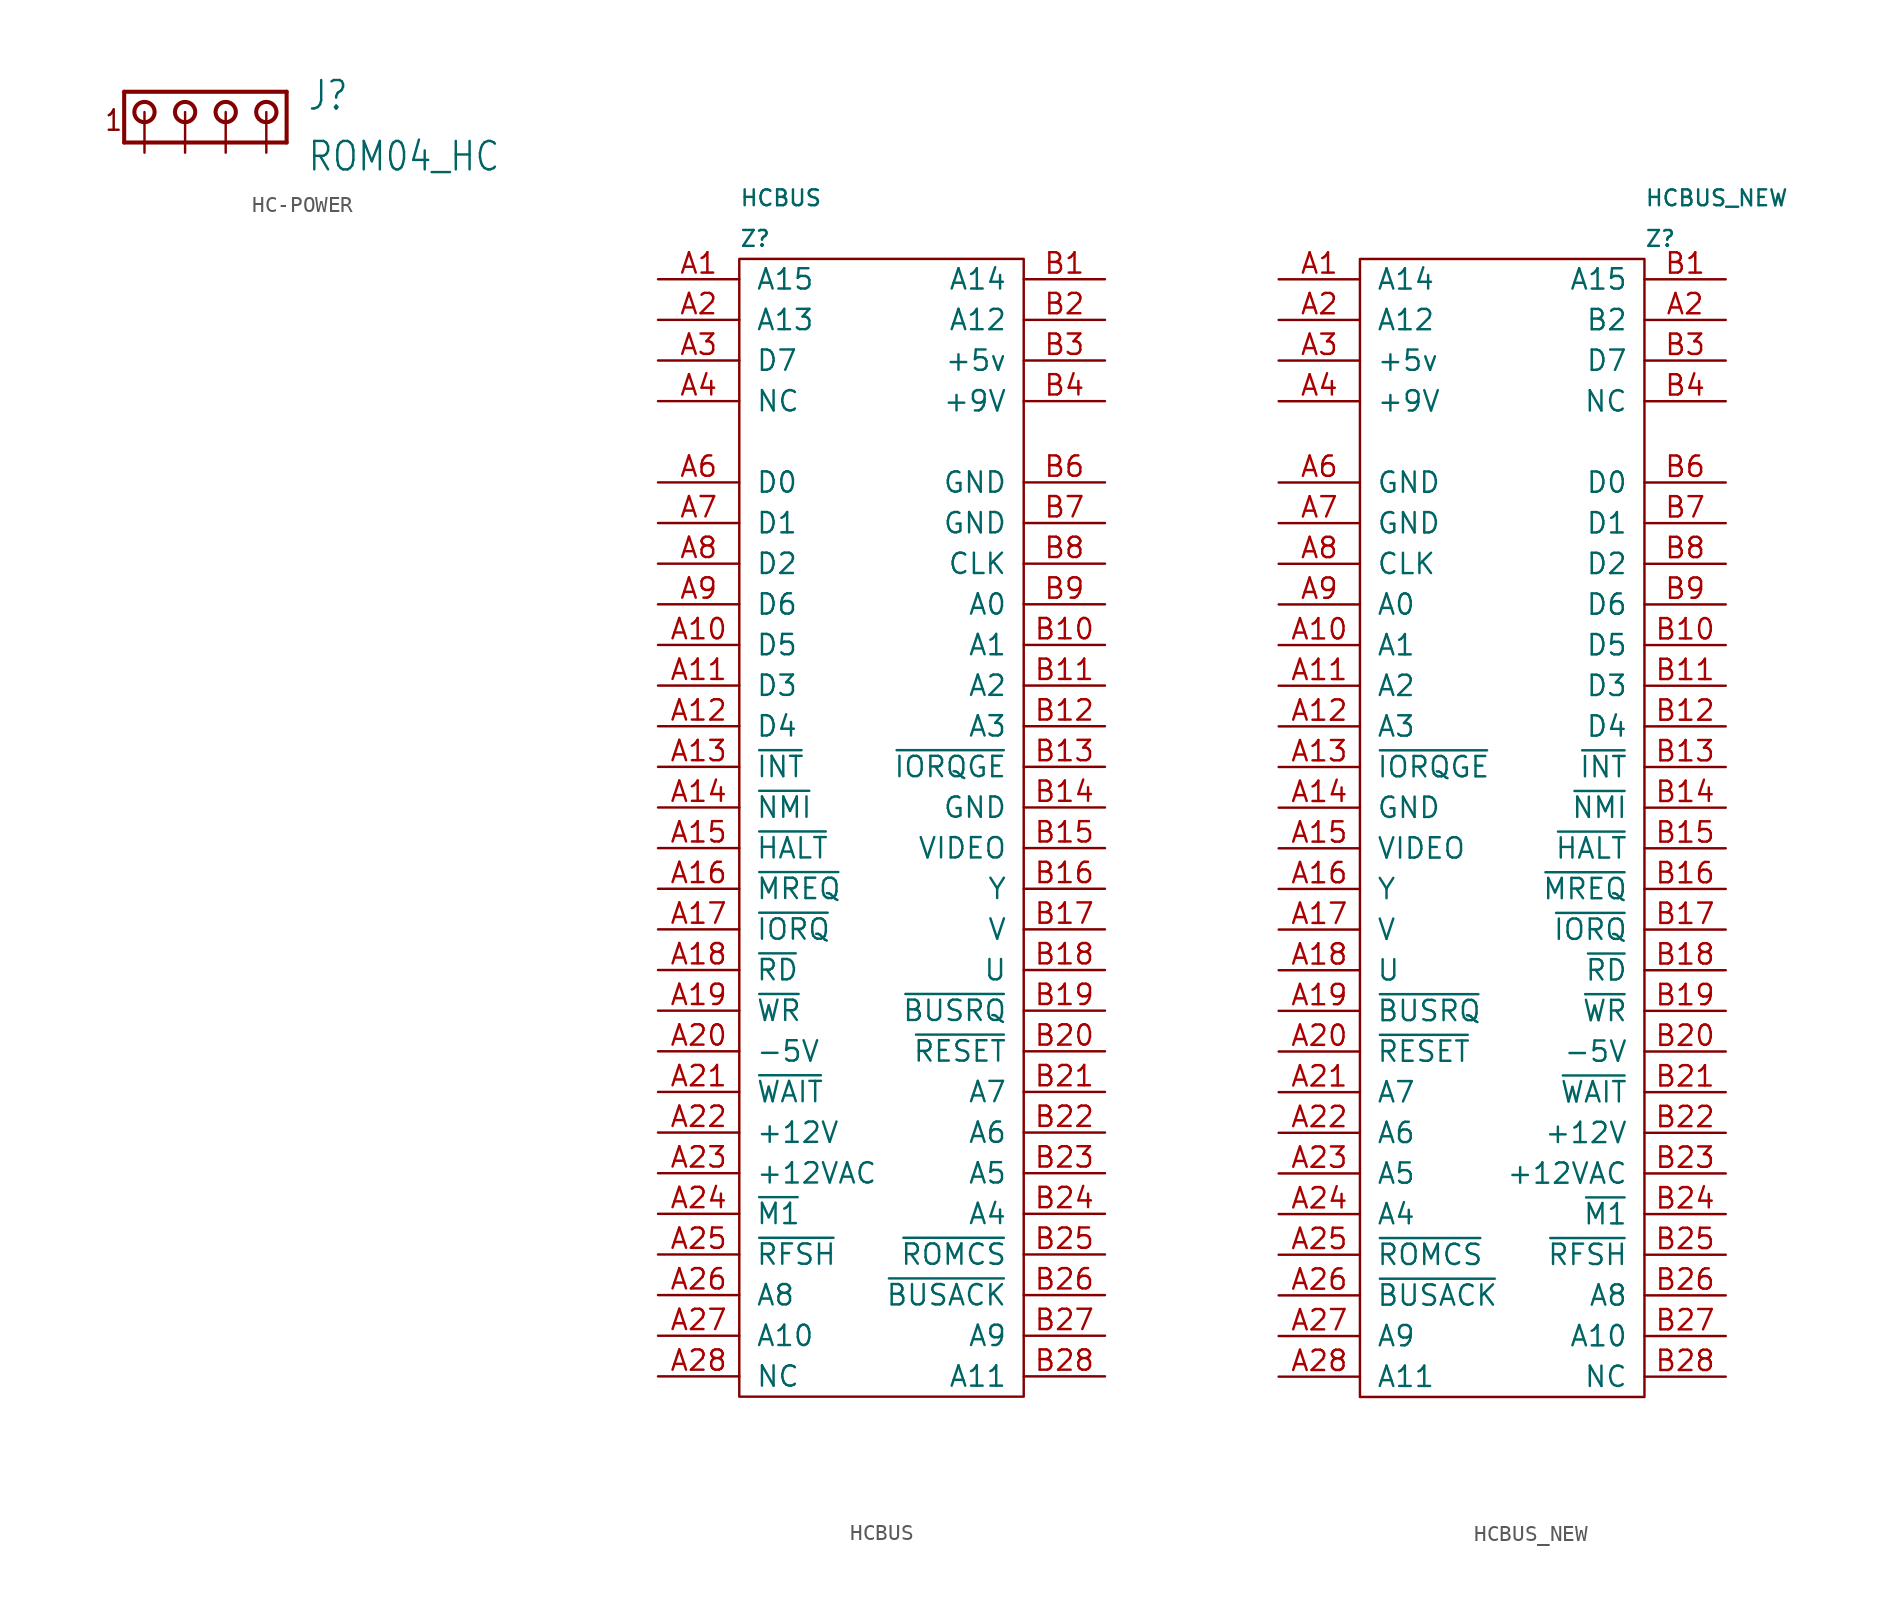
<source format=kicad_sym>
(kicad_symbol_lib
  (version 20220914)
  (generator kicad_symbol_editor)
  (symbol "HC-POWER"
    (property "Reference" "J"
      (at 7.62 0 0)
      (effects (font (size 1.778 1.511)) (justify left bottom)))
    (property "Value" "ROM04_HC"
      (at 7.62 -3.81 0)
      (effects (font (size 1.778 1.511)) (justify left bottom)))
    (symbol "HC-POWER_1_0"
      (circle (center -2.54 0) (radius 0.635) (stroke (width 0.254) (type default)) (fill (type none)))
      (polyline (pts (xy -3.81 1.27) (xy -3.81 -1.905)) (stroke (width 0.254) (type default)) (fill (type none)))
      (polyline (pts (xy -3.81 1.27) (xy 6.35 1.27)) (stroke (width 0.254) (type default)) (fill (type none)))
      (polyline (pts (xy 6.35 -1.905) (xy -3.81 -1.905)) (stroke (width 0.254) (type default)) (fill (type none)))
      (polyline (pts (xy 6.35 -1.905) (xy 6.35 1.27)) (stroke (width 0.254) (type default)) (fill (type none)))
      (circle (center 0 0) (radius 0.635) (stroke (width 0.254) (type default)) (fill (type none)))
      (circle (center 2.54 0) (radius 0.635) (stroke (width 0.254) (type default)) (fill (type none)))
      (circle (center 5.08 0) (radius 0.635) (stroke (width 0.254) (type default)) (fill (type none)))
      (text "1" (at -5.08 -1.27 0) (effects (font (size 1.27 1.079)) (justify left bottom)))
      (pin passive line (at -2.54 -2.54 90) (length 2.54) (name "1" (effects (font (size 0 0)))) (number "1" (effects (font (size 0 0)))))
      (pin passive line (at 0 -2.54 90) (length 2.54) (name "2" (effects (font (size 0 0)))) (number "2" (effects (font (size 0 0)))))
      (pin passive line (at 2.54 -2.54 90) (length 2.54) (name "3" (effects (font (size 0 0)))) (number "3" (effects (font (size 0 0)))))
      (pin passive line (at 5.08 -2.54 90) (length 2.54) (name "4" (effects (font (size 0 0)))) (number "4" (effects (font (size 0 0)))))))
  (symbol "HCBUS"
    (pin_names
      (offset 1.016))
    (property "Reference" "Z"
      (at 0 83.82 0)
      (effects (font (size 0.991 0.991)) (justify left)))
    (property "Value" "HCBUS"
      (at 0 86.36 0)
      (effects (font (size 0.991 0.991)) (justify left)))
    (symbol "HCBUS_0_0"
      (rectangle (start 0 82.55) (end 17.78 11.43) (stroke (width 0) (type default)) (fill (type none))))
    (symbol "HCBUS_1_1"
      (pin input line (at -5.08 81.28 0) (length 5.08) (name "A15" (effects (font (size 1.27 1.27)))) (number "A1" (effects (font (size 1.27 1.27)))))
      (pin input line (at -5.08 58.42 0) (length 5.08) (name "D5" (effects (font (size 1.27 1.27)))) (number "A10" (effects (font (size 1.27 1.27)))))
      (pin input line (at -5.08 55.88 0) (length 5.08) (name "D3" (effects (font (size 1.27 1.27)))) (number "A11" (effects (font (size 1.27 1.27)))))
      (pin input line (at -5.08 53.34 0) (length 5.08) (name "D4" (effects (font (size 1.27 1.27)))) (number "A12" (effects (font (size 1.27 1.27)))))
      (pin input line (at -5.08 50.8 0) (length 5.08) (name "~{INT}" (effects (font (size 1.27 1.27)))) (number "A13" (effects (font (size 1.27 1.27)))))
      (pin input line (at -5.08 48.26 0) (length 5.08) (name "~{NMI}" (effects (font (size 1.27 1.27)))) (number "A14" (effects (font (size 1.27 1.27)))))
      (pin input line (at -5.08 45.72 0) (length 5.08) (name "~{HALT}" (effects (font (size 1.27 1.27)))) (number "A15" (effects (font (size 1.27 1.27)))))
      (pin input line (at -5.08 43.18 0) (length 5.08) (name "~{MREQ}" (effects (font (size 1.27 1.27)))) (number "A16" (effects (font (size 1.27 1.27)))))
      (pin input line (at -5.08 40.64 0) (length 5.08) (name "~{IORQ}" (effects (font (size 1.27 1.27)))) (number "A17" (effects (font (size 1.27 1.27)))))
      (pin input line (at -5.08 38.1 0) (length 5.08) (name "~{RD}" (effects (font (size 1.27 1.27)))) (number "A18" (effects (font (size 1.27 1.27)))))
      (pin input line (at -5.08 35.56 0) (length 5.08) (name "~{WR}" (effects (font (size 1.27 1.27)))) (number "A19" (effects (font (size 1.27 1.27)))))
      (pin input line (at -5.08 78.74 0) (length 5.08) (name "A13" (effects (font (size 1.27 1.27)))) (number "A2" (effects (font (size 1.27 1.27)))))
      (pin input line (at -5.08 33.02 0) (length 5.08) (name "-5V" (effects (font (size 1.27 1.27)))) (number "A20" (effects (font (size 1.27 1.27)))))
      (pin input line (at -5.08 30.48 0) (length 5.08) (name "~{WAIT}" (effects (font (size 1.27 1.27)))) (number "A21" (effects (font (size 1.27 1.27)))))
      (pin input line (at -5.08 27.94 0) (length 5.08) (name "+12V" (effects (font (size 1.27 1.27)))) (number "A22" (effects (font (size 1.27 1.27)))))
      (pin input line (at -5.08 25.4 0) (length 5.08) (name "+12VAC" (effects (font (size 1.27 1.27)))) (number "A23" (effects (font (size 1.27 1.27)))))
      (pin input line (at -5.08 22.86 0) (length 5.08) (name "~{M1}" (effects (font (size 1.27 1.27)))) (number "A24" (effects (font (size 1.27 1.27)))))
      (pin input line (at -5.08 20.32 0) (length 5.08) (name "~{RFSH}" (effects (font (size 1.27 1.27)))) (number "A25" (effects (font (size 1.27 1.27)))))
      (pin input line (at -5.08 17.78 0) (length 5.08) (name "A8" (effects (font (size 1.27 1.27)))) (number "A26" (effects (font (size 1.27 1.27)))))
      (pin input line (at -5.08 15.24 0) (length 5.08) (name "A10" (effects (font (size 1.27 1.27)))) (number "A27" (effects (font (size 1.27 1.27)))))
      (pin input line (at -5.08 12.7 0) (length 5.08) (name "NC" (effects (font (size 1.27 1.27)))) (number "A28" (effects (font (size 1.27 1.27)))))
      (pin input line (at -5.08 76.2 0) (length 5.08) (name "D7" (effects (font (size 1.27 1.27)))) (number "A3" (effects (font (size 1.27 1.27)))))
      (pin input line (at -5.08 73.66 0) (length 5.08) (name "NC" (effects (font (size 1.27 1.27)))) (number "A4" (effects (font (size 1.27 1.27)))))
      (pin input line (at -5.08 68.58 0) (length 5.08) (name "D0" (effects (font (size 1.27 1.27)))) (number "A6" (effects (font (size 1.27 1.27)))))
      (pin input line (at -5.08 66.04 0) (length 5.08) (name "D1" (effects (font (size 1.27 1.27)))) (number "A7" (effects (font (size 1.27 1.27)))))
      (pin input line (at -5.08 63.5 0) (length 5.08) (name "D2" (effects (font (size 1.27 1.27)))) (number "A8" (effects (font (size 1.27 1.27)))))
      (pin input line (at -5.08 60.96 0) (length 5.08) (name "D6" (effects (font (size 1.27 1.27)))) (number "A9" (effects (font (size 1.27 1.27)))))
      (pin input line (at 22.86 81.28 180) (length 5.08) (name "A14" (effects (font (size 1.27 1.27)))) (number "B1" (effects (font (size 1.27 1.27)))))
      (pin input line (at 22.86 58.42 180) (length 5.08) (name "A1" (effects (font (size 1.27 1.27)))) (number "B10" (effects (font (size 1.27 1.27)))))
      (pin input line (at 22.86 55.88 180) (length 5.08) (name "A2" (effects (font (size 1.27 1.27)))) (number "B11" (effects (font (size 1.27 1.27)))))
      (pin input line (at 22.86 53.34 180) (length 5.08) (name "A3" (effects (font (size 1.27 1.27)))) (number "B12" (effects (font (size 1.27 1.27)))))
      (pin input line (at 22.86 50.8 180) (length 5.08) (name "~{IORQGE}" (effects (font (size 1.27 1.27)))) (number "B13" (effects (font (size 1.27 1.27)))))
      (pin input line (at 22.86 48.26 180) (length 5.08) (name "GND" (effects (font (size 1.27 1.27)))) (number "B14" (effects (font (size 1.27 1.27)))))
      (pin input line (at 22.86 45.72 180) (length 5.08) (name "VIDEO" (effects (font (size 1.27 1.27)))) (number "B15" (effects (font (size 1.27 1.27)))))
      (pin input line (at 22.86 43.18 180) (length 5.08) (name "Y" (effects (font (size 1.27 1.27)))) (number "B16" (effects (font (size 1.27 1.27)))))
      (pin input line (at 22.86 40.64 180) (length 5.08) (name "V" (effects (font (size 1.27 1.27)))) (number "B17" (effects (font (size 1.27 1.27)))))
      (pin input line (at 22.86 38.1 180) (length 5.08) (name "U" (effects (font (size 1.27 1.27)))) (number "B18" (effects (font (size 1.27 1.27)))))
      (pin input line (at 22.86 35.56 180) (length 5.08) (name "~{BUSRQ}" (effects (font (size 1.27 1.27)))) (number "B19" (effects (font (size 1.27 1.27)))))
      (pin input line (at 22.86 78.74 180) (length 5.08) (name "A12" (effects (font (size 1.27 1.27)))) (number "B2" (effects (font (size 1.27 1.27)))))
      (pin input line (at 22.86 33.02 180) (length 5.08) (name "~{RESET}" (effects (font (size 1.27 1.27)))) (number "B20" (effects (font (size 1.27 1.27)))))
      (pin input line (at 22.86 30.48 180) (length 5.08) (name "A7" (effects (font (size 1.27 1.27)))) (number "B21" (effects (font (size 1.27 1.27)))))
      (pin input line (at 22.86 27.94 180) (length 5.08) (name "A6" (effects (font (size 1.27 1.27)))) (number "B22" (effects (font (size 1.27 1.27)))))
      (pin input line (at 22.86 25.4 180) (length 5.08) (name "A5" (effects (font (size 1.27 1.27)))) (number "B23" (effects (font (size 1.27 1.27)))))
      (pin input line (at 22.86 22.86 180) (length 5.08) (name "A4" (effects (font (size 1.27 1.27)))) (number "B24" (effects (font (size 1.27 1.27)))))
      (pin input line (at 22.86 20.32 180) (length 5.08) (name "~{ROMCS}" (effects (font (size 1.27 1.27)))) (number "B25" (effects (font (size 1.27 1.27)))))
      (pin input line (at 22.86 17.78 180) (length 5.08) (name "~{BUSACK}" (effects (font (size 1.27 1.27)))) (number "B26" (effects (font (size 1.27 1.27)))))
      (pin input line (at 22.86 15.24 180) (length 5.08) (name "A9" (effects (font (size 1.27 1.27)))) (number "B27" (effects (font (size 1.27 1.27)))))
      (pin input line (at 22.86 12.7 180) (length 5.08) (name "A11" (effects (font (size 1.27 1.27)))) (number "B28" (effects (font (size 1.27 1.27)))))
      (pin input line (at 22.86 76.2 180) (length 5.08) (name "+5v" (effects (font (size 1.27 1.27)))) (number "B3" (effects (font (size 1.27 1.27)))))
      (pin input line (at 22.86 73.66 180) (length 5.08) (name "+9V" (effects (font (size 1.27 1.27)))) (number "B4" (effects (font (size 1.27 1.27)))))
      (pin input line (at 22.86 68.58 180) (length 5.08) (name "GND" (effects (font (size 1.27 1.27)))) (number "B6" (effects (font (size 1.27 1.27)))))
      (pin input line (at 22.86 66.04 180) (length 5.08) (name "GND" (effects (font (size 1.27 1.27)))) (number "B7" (effects (font (size 1.27 1.27)))))
      (pin input line (at 22.86 63.5 180) (length 5.08) (name "CLK" (effects (font (size 1.27 1.27)))) (number "B8" (effects (font (size 1.27 1.27)))))
      (pin input line (at 22.86 60.96 180) (length 5.08) (name "A0" (effects (font (size 1.27 1.27)))) (number "B9" (effects (font (size 1.27 1.27)))))))
  (symbol "HCBUS_NEW"
    (pin_names
      (offset 1.016))
    (property "Reference" "Z"
      (at 17.78 83.82 0)
      (effects (font (size 0.991 0.991)) (justify left)))
    (property "Value" "HCBUS_NEW"
      (at 17.78 86.36 0)
      (effects (font (size 0.991 0.991)) (justify left)))
    (symbol "HCBUS_NEW_0_0"
      (rectangle (start 0 11.43) (end 17.78 82.55) (stroke (width 0) (type default)) (fill (type none))))
    (symbol "HCBUS_NEW_1_1"
      (pin input line (at -5.08 81.28 0) (length 5.08) (name "A14" (effects (font (size 1.27 1.27)))) (number "A1" (effects (font (size 1.27 1.27)))))
      (pin input line (at -5.08 58.42 0) (length 5.08) (name "A1" (effects (font (size 1.27 1.27)))) (number "A10" (effects (font (size 1.27 1.27)))))
      (pin input line (at -5.08 55.88 0) (length 5.08) (name "A2" (effects (font (size 1.27 1.27)))) (number "A11" (effects (font (size 1.27 1.27)))))
      (pin input line (at -5.08 53.34 0) (length 5.08) (name "A3" (effects (font (size 1.27 1.27)))) (number "A12" (effects (font (size 1.27 1.27)))))
      (pin input line (at -5.08 50.8 0) (length 5.08) (name "~{IORQGE}" (effects (font (size 1.27 1.27)))) (number "A13" (effects (font (size 1.27 1.27)))))
      (pin input line (at -5.08 48.26 0) (length 5.08) (name "GND" (effects (font (size 1.27 1.27)))) (number "A14" (effects (font (size 1.27 1.27)))))
      (pin input line (at -5.08 45.72 0) (length 5.08) (name "VIDEO" (effects (font (size 1.27 1.27)))) (number "A15" (effects (font (size 1.27 1.27)))))
      (pin input line (at -5.08 43.18 0) (length 5.08) (name "Y" (effects (font (size 1.27 1.27)))) (number "A16" (effects (font (size 1.27 1.27)))))
      (pin input line (at -5.08 40.64 0) (length 5.08) (name "V" (effects (font (size 1.27 1.27)))) (number "A17" (effects (font (size 1.27 1.27)))))
      (pin input line (at -5.08 38.1 0) (length 5.08) (name "U" (effects (font (size 1.27 1.27)))) (number "A18" (effects (font (size 1.27 1.27)))))
      (pin input line (at -5.08 35.56 0) (length 5.08) (name "~{BUSRQ}" (effects (font (size 1.27 1.27)))) (number "A19" (effects (font (size 1.27 1.27)))))
      (pin input line (at -5.08 78.74 0) (length 5.08) (name "A12" (effects (font (size 1.27 1.27)))) (number "A2" (effects (font (size 1.27 1.27)))))
      (pin input line (at 22.86 78.74 180) (length 5.08) (name "B2" (effects (font (size 1.27 1.27)))) (number "A2" (effects (font (size 1.27 1.27)))))
      (pin input line (at -5.08 33.02 0) (length 5.08) (name "~{RESET}" (effects (font (size 1.27 1.27)))) (number "A20" (effects (font (size 1.27 1.27)))))
      (pin input line (at -5.08 30.48 0) (length 5.08) (name "A7" (effects (font (size 1.27 1.27)))) (number "A21" (effects (font (size 1.27 1.27)))))
      (pin input line (at -5.08 27.94 0) (length 5.08) (name "A6" (effects (font (size 1.27 1.27)))) (number "A22" (effects (font (size 1.27 1.27)))))
      (pin input line (at -5.08 25.4 0) (length 5.08) (name "A5" (effects (font (size 1.27 1.27)))) (number "A23" (effects (font (size 1.27 1.27)))))
      (pin input line (at -5.08 22.86 0) (length 5.08) (name "A4" (effects (font (size 1.27 1.27)))) (number "A24" (effects (font (size 1.27 1.27)))))
      (pin input line (at -5.08 20.32 0) (length 5.08) (name "~{ROMCS}" (effects (font (size 1.27 1.27)))) (number "A25" (effects (font (size 1.27 1.27)))))
      (pin input line (at -5.08 17.78 0) (length 5.08) (name "~{BUSACK}" (effects (font (size 1.27 1.27)))) (number "A26" (effects (font (size 1.27 1.27)))))
      (pin input line (at -5.08 15.24 0) (length 5.08) (name "A9" (effects (font (size 1.27 1.27)))) (number "A27" (effects (font (size 1.27 1.27)))))
      (pin input line (at -5.08 12.7 0) (length 5.08) (name "A11" (effects (font (size 1.27 1.27)))) (number "A28" (effects (font (size 1.27 1.27)))))
      (pin input line (at -5.08 76.2 0) (length 5.08) (name "+5v" (effects (font (size 1.27 1.27)))) (number "A3" (effects (font (size 1.27 1.27)))))
      (pin input line (at -5.08 73.66 0) (length 5.08) (name "+9V" (effects (font (size 1.27 1.27)))) (number "A4" (effects (font (size 1.27 1.27)))))
      (pin input line (at -5.08 68.58 0) (length 5.08) (name "GND" (effects (font (size 1.27 1.27)))) (number "A6" (effects (font (size 1.27 1.27)))))
      (pin input line (at -5.08 66.04 0) (length 5.08) (name "GND" (effects (font (size 1.27 1.27)))) (number "A7" (effects (font (size 1.27 1.27)))))
      (pin input line (at -5.08 63.5 0) (length 5.08) (name "CLK" (effects (font (size 1.27 1.27)))) (number "A8" (effects (font (size 1.27 1.27)))))
      (pin input line (at -5.08 60.96 0) (length 5.08) (name "A0" (effects (font (size 1.27 1.27)))) (number "A9" (effects (font (size 1.27 1.27)))))
      (pin input line (at 22.86 81.28 180) (length 5.08) (name "A15" (effects (font (size 1.27 1.27)))) (number "B1" (effects (font (size 1.27 1.27)))))
      (pin input line (at 22.86 58.42 180) (length 5.08) (name "D5" (effects (font (size 1.27 1.27)))) (number "B10" (effects (font (size 1.27 1.27)))))
      (pin input line (at 22.86 55.88 180) (length 5.08) (name "D3" (effects (font (size 1.27 1.27)))) (number "B11" (effects (font (size 1.27 1.27)))))
      (pin input line (at 22.86 53.34 180) (length 5.08) (name "D4" (effects (font (size 1.27 1.27)))) (number "B12" (effects (font (size 1.27 1.27)))))
      (pin input line (at 22.86 50.8 180) (length 5.08) (name "~{INT}" (effects (font (size 1.27 1.27)))) (number "B13" (effects (font (size 1.27 1.27)))))
      (pin input line (at 22.86 48.26 180) (length 5.08) (name "~{NMI}" (effects (font (size 1.27 1.27)))) (number "B14" (effects (font (size 1.27 1.27)))))
      (pin input line (at 22.86 45.72 180) (length 5.08) (name "~{HALT}" (effects (font (size 1.27 1.27)))) (number "B15" (effects (font (size 1.27 1.27)))))
      (pin input line (at 22.86 43.18 180) (length 5.08) (name "~{MREQ}" (effects (font (size 1.27 1.27)))) (number "B16" (effects (font (size 1.27 1.27)))))
      (pin input line (at 22.86 40.64 180) (length 5.08) (name "~{IORQ}" (effects (font (size 1.27 1.27)))) (number "B17" (effects (font (size 1.27 1.27)))))
      (pin input line (at 22.86 38.1 180) (length 5.08) (name "~{RD}" (effects (font (size 1.27 1.27)))) (number "B18" (effects (font (size 1.27 1.27)))))
      (pin input line (at 22.86 35.56 180) (length 5.08) (name "~{WR}" (effects (font (size 1.27 1.27)))) (number "B19" (effects (font (size 1.27 1.27)))))
      (pin input line (at 22.86 33.02 180) (length 5.08) (name "-5V" (effects (font (size 1.27 1.27)))) (number "B20" (effects (font (size 1.27 1.27)))))
      (pin input line (at 22.86 30.48 180) (length 5.08) (name "~{WAIT}" (effects (font (size 1.27 1.27)))) (number "B21" (effects (font (size 1.27 1.27)))))
      (pin input line (at 22.86 27.94 180) (length 5.08) (name "+12V" (effects (font (size 1.27 1.27)))) (number "B22" (effects (font (size 1.27 1.27)))))
      (pin input line (at 22.86 25.4 180) (length 5.08) (name "+12VAC" (effects (font (size 1.27 1.27)))) (number "B23" (effects (font (size 1.27 1.27)))))
      (pin input line (at 22.86 22.86 180) (length 5.08) (name "~{M1}" (effects (font (size 1.27 1.27)))) (number "B24" (effects (font (size 1.27 1.27)))))
      (pin input line (at 22.86 20.32 180) (length 5.08) (name "~{RFSH}" (effects (font (size 1.27 1.27)))) (number "B25" (effects (font (size 1.27 1.27)))))
      (pin input line (at 22.86 17.78 180) (length 5.08) (name "A8" (effects (font (size 1.27 1.27)))) (number "B26" (effects (font (size 1.27 1.27)))))
      (pin input line (at 22.86 15.24 180) (length 5.08) (name "A10" (effects (font (size 1.27 1.27)))) (number "B27" (effects (font (size 1.27 1.27)))))
      (pin input line (at 22.86 12.7 180) (length 5.08) (name "NC" (effects (font (size 1.27 1.27)))) (number "B28" (effects (font (size 1.27 1.27)))))
      (pin input line (at 22.86 76.2 180) (length 5.08) (name "D7" (effects (font (size 1.27 1.27)))) (number "B3" (effects (font (size 1.27 1.27)))))
      (pin input line (at 22.86 73.66 180) (length 5.08) (name "NC" (effects (font (size 1.27 1.27)))) (number "B4" (effects (font (size 1.27 1.27)))))
      (pin input line (at 22.86 68.58 180) (length 5.08) (name "D0" (effects (font (size 1.27 1.27)))) (number "B6" (effects (font (size 1.27 1.27)))))
      (pin input line (at 22.86 66.04 180) (length 5.08) (name "D1" (effects (font (size 1.27 1.27)))) (number "B7" (effects (font (size 1.27 1.27)))))
      (pin input line (at 22.86 63.5 180) (length 5.08) (name "D2" (effects (font (size 1.27 1.27)))) (number "B8" (effects (font (size 1.27 1.27)))))
      (pin input line (at 22.86 60.96 180) (length 5.08) (name "D6" (effects (font (size 1.27 1.27)))) (number "B9" (effects (font (size 1.27 1.27))))))))
</source>
